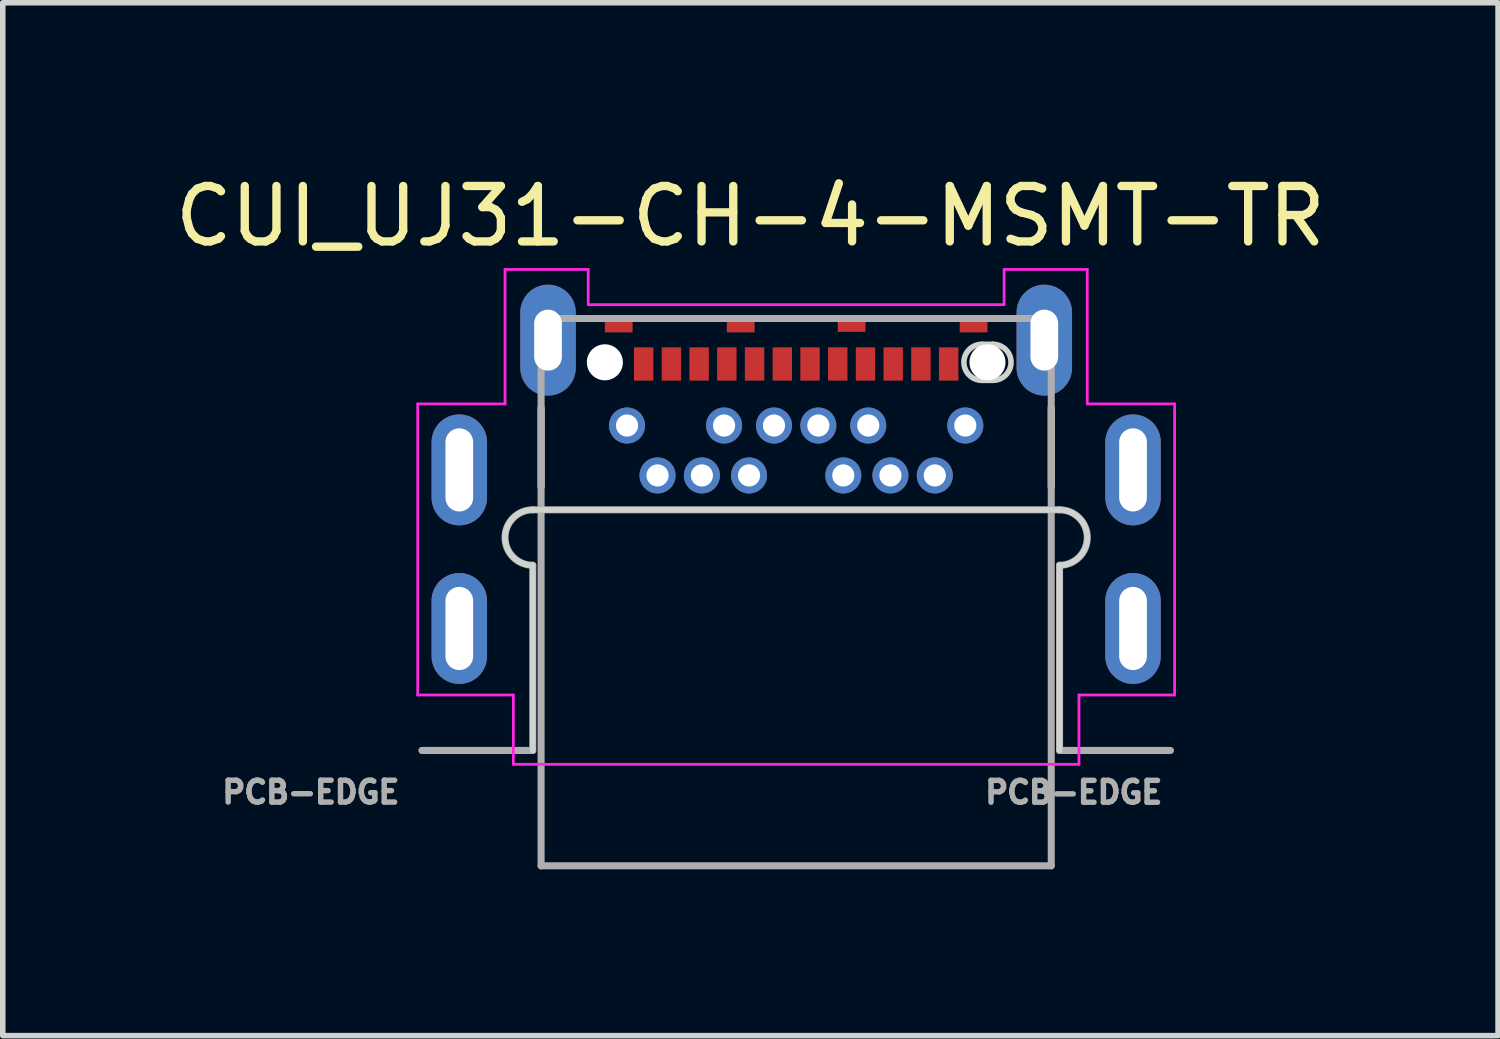
<source format=kicad_pcb>
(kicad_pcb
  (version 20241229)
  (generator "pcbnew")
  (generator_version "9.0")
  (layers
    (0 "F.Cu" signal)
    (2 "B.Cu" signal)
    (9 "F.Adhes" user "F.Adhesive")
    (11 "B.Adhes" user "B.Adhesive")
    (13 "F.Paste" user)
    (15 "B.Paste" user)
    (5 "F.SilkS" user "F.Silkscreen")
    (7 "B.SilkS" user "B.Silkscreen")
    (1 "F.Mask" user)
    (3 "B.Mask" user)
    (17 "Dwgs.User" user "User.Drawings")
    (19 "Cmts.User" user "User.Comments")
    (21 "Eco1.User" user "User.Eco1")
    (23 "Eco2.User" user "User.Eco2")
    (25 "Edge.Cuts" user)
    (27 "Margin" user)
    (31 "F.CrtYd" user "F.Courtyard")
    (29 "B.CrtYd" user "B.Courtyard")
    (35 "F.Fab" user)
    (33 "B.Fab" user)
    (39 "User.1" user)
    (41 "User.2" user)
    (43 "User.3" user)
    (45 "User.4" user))
  (footprint "CUI_UJ31-CH-4-MSMT-TR"
    (layer "F.Cu")
    (at 8.558 3.514)
    (property "Reference" "CUI_UJ31-CH-4-MSMT-TR" (at 1.925 -2.665 0) (layer "F.SilkS") (effects (font (size 1 1) (thickness 0.15))))
    (attr through_hole)
    (fp_poly (pts (xy 6.05 -0.455) (xy 6.35 -0.455) (xy 6.394 -0.453) (xy 6.438 -0.446) (xy 6.481 -0.434) (xy 6.523 -0.418) (xy 6.563 -0.398) (xy 6.6 -0.374) (xy 6.634 -0.346) (xy 6.666 -0.314) (xy 6.694 -0.28) (xy 6.718 -0.242) (xy 6.738 -0.203) (xy 6.754 -0.161) (xy 6.766 -0.118) (xy 6.773 -0.074) (xy 6.775 -0.03) (xy 6.773 0.014) (xy 6.766 0.058) (xy 6.754 0.101) (xy 6.738 0.143) (xy 6.718 0.182) (xy 6.694 0.22) (xy 6.666 0.254) (xy 6.634 0.286) (xy 6.6 0.314) (xy 6.563 0.338) (xy 6.523 0.358) (xy 6.481 0.374) (xy 6.438 0.386) (xy 6.394 0.393) (xy 6.35 0.395) (xy 6.05 0.395) (xy 6.006 0.393) (xy 5.962 0.386) (xy 5.919 0.374) (xy 5.877 0.358) (xy 5.837 0.338) (xy 5.8 0.314) (xy 5.766 0.286) (xy 5.734 0.254) (xy 5.706 0.22) (xy 5.682 0.183) (xy 5.662 0.143) (xy 5.646 0.101) (xy 5.634 0.058) (xy 5.627 0.014) (xy 5.625 -0.03) (xy 5.627 -0.074) (xy 5.634 -0.118) (xy 5.646 -0.161) (xy 5.662 -0.203) (xy 5.682 -0.242) (xy 5.706 -0.28) (xy 5.734 -0.314) (xy 5.766 -0.346) (xy 5.8 -0.374) (xy 5.837 -0.398) (xy 5.877 -0.418) (xy 5.919 -0.434) (xy 5.962 -0.446) (xy 6.006 -0.453) (xy 6.05 -0.455)) (stroke (width 0.05) (type solid)) (fill yes) (layer "F.Mask"))
    (fp_poly (pts (xy -2.1 6.97) (xy -2.1 3.73) (xy -2.157 3.719) (xy -2.212 3.703) (xy -2.266 3.682) (xy -2.317 3.655) (xy -2.366 3.624) (xy -2.412 3.589) (xy -2.453 3.549) (xy -2.491 3.505) (xy -2.525 3.458) (xy -2.554 3.408) (xy -2.578 3.356) (xy -2.597 3.301) (xy -2.611 3.245) (xy -2.619 3.188) (xy -2.622 3.13) (xy -2.619 3.072) (xy -2.611 3.015) (xy -2.597 2.959) (xy -2.578 2.904) (xy -2.554 2.852) (xy -2.525 2.802) (xy -2.491 2.755) (xy -2.453 2.711) (xy -2.412 2.671) (xy -2.366 2.636) (xy -2.317 2.605) (xy -2.266 2.578) (xy -2.212 2.557) (xy -2.157 2.541) (xy -2.1 2.53) (xy 7.6 2.53) (xy 7.657 2.541) (xy 7.712 2.557) (xy 7.766 2.578) (xy 7.817 2.605) (xy 7.866 2.636) (xy 7.912 2.671) (xy 7.953 2.711) (xy 7.991 2.755) (xy 8.025 2.802) (xy 8.054 2.852) (xy 8.078 2.904) (xy 8.097 2.959) (xy 8.111 3.015) (xy 8.119 3.072) (xy 8.122 3.13) (xy 8.119 3.188) (xy 8.111 3.245) (xy 8.097 3.301) (xy 8.078 3.356) (xy 8.054 3.408) (xy 8.025 3.458) (xy 7.991 3.505) (xy 7.953 3.549) (xy 7.912 3.589) (xy 7.866 3.624) (xy 7.817 3.655) (xy 7.766 3.682) (xy 7.712 3.703) (xy 7.657 3.719) (xy 7.6 3.73) (xy 7.6 6.97) (xy -2.1 6.97)) (stroke (width 0.05) (type solid)) (fill yes) (layer "F.Mask"))
    (fp_poly (pts (xy 6.05 -0.455) (xy 6.35 -0.455) (xy 6.394 -0.453) (xy 6.438 -0.446) (xy 6.481 -0.434) (xy 6.523 -0.418) (xy 6.563 -0.398) (xy 6.6 -0.374) (xy 6.634 -0.346) (xy 6.666 -0.314) (xy 6.694 -0.28) (xy 6.718 -0.242) (xy 6.738 -0.203) (xy 6.754 -0.161) (xy 6.766 -0.118) (xy 6.773 -0.074) (xy 6.775 -0.03) (xy 6.773 0.014) (xy 6.766 0.058) (xy 6.754 0.101) (xy 6.738 0.143) (xy 6.718 0.182) (xy 6.694 0.22) (xy 6.666 0.254) (xy 6.634 0.286) (xy 6.6 0.314) (xy 6.563 0.338) (xy 6.523 0.358) (xy 6.481 0.374) (xy 6.438 0.386) (xy 6.394 0.393) (xy 6.35 0.395) (xy 6.05 0.395) (xy 6.006 0.393) (xy 5.962 0.386) (xy 5.919 0.374) (xy 5.877 0.358) (xy 5.837 0.338) (xy 5.8 0.314) (xy 5.766 0.286) (xy 5.734 0.254) (xy 5.706 0.22) (xy 5.682 0.183) (xy 5.662 0.143) (xy 5.646 0.101) (xy 5.634 0.058) (xy 5.627 0.014) (xy 5.625 -0.03) (xy 5.627 -0.074) (xy 5.634 -0.118) (xy 5.646 -0.161) (xy 5.662 -0.203) (xy 5.682 -0.242) (xy 5.706 -0.28) (xy 5.734 -0.314) (xy 5.766 -0.346) (xy 5.8 -0.374) (xy 5.837 -0.398) (xy 5.877 -0.418) (xy 5.919 -0.434) (xy 5.962 -0.446) (xy 6.006 -0.453) (xy 6.05 -0.455)) (stroke (width 0.05) (type solid)) (fill yes) (layer "B.Mask"))
    (fp_poly (pts (xy -2.1 6.97) (xy -2.1 3.73) (xy -2.157 3.719) (xy -2.212 3.703) (xy -2.266 3.682) (xy -2.317 3.655) (xy -2.366 3.624) (xy -2.412 3.589) (xy -2.453 3.549) (xy -2.491 3.505) (xy -2.525 3.458) (xy -2.554 3.408) (xy -2.578 3.356) (xy -2.597 3.301) (xy -2.611 3.245) (xy -2.619 3.188) (xy -2.622 3.13) (xy -2.619 3.072) (xy -2.611 3.015) (xy -2.597 2.959) (xy -2.578 2.904) (xy -2.554 2.852) (xy -2.525 2.802) (xy -2.491 2.755) (xy -2.453 2.711) (xy -2.412 2.671) (xy -2.366 2.636) (xy -2.317 2.605) (xy -2.266 2.578) (xy -2.212 2.557) (xy -2.157 2.541) (xy -2.1 2.53) (xy 7.6 2.53) (xy 7.657 2.541) (xy 7.712 2.557) (xy 7.766 2.578) (xy 7.817 2.605) (xy 7.866 2.636) (xy 7.912 2.671) (xy 7.953 2.711) (xy 7.991 2.755) (xy 8.025 2.802) (xy 8.054 2.852) (xy 8.078 2.904) (xy 8.097 2.959) (xy 8.111 3.015) (xy 8.119 3.072) (xy 8.122 3.13) (xy 8.119 3.188) (xy 8.111 3.245) (xy 8.097 3.301) (xy 8.078 3.356) (xy 8.054 3.408) (xy 8.025 3.458) (xy 7.991 3.505) (xy 7.953 3.549) (xy 7.912 3.589) (xy 7.866 3.624) (xy 7.817 3.655) (xy 7.766 3.682) (xy 7.712 3.703) (xy 7.657 3.719) (xy 7.6 3.73) (xy 7.6 6.97) (xy -2.1 6.97)) (stroke (width 0.05) (type solid)) (fill yes) (layer "B.Mask"))
    (fp_line (start -1.85 2.22) (end -1.85 0.79) (stroke (width 0.127) (type solid)) (layer "F.SilkS"))
    (fp_line (start 0 -0.82) (end 1.25 -0.82) (stroke (width 0.127) (type solid)) (layer "F.SilkS"))
    (fp_line (start 2.25 -0.82) (end 3.25 -0.82) (stroke (width 0.127) (type solid)) (layer "F.SilkS"))
    (fp_line (start 4.25 -0.82) (end 5.5 -0.82) (stroke (width 0.127) (type solid)) (layer "F.SilkS"))
    (fp_line (start 7.35 0.79) (end 7.35 2.22) (stroke (width 0.127) (type solid)) (layer "F.SilkS"))
    (fp_line (start -2 2.63) (end 7.5 2.63) (stroke (width 0.1) (type solid)) (layer "Edge.Cuts"))
    (fp_line (start -2 3.63) (end -2 6.97) (stroke (width 0.1) (type solid)) (layer "Edge.Cuts"))
    (fp_line (start 6.1 0.295) (end 6.3 0.295) (stroke (width 0.1) (type solid)) (layer "Edge.Cuts"))
    (fp_line (start 6.3 -0.355) (end 6.1 -0.355) (stroke (width 0.1) (type solid)) (layer "Edge.Cuts"))
    (fp_line (start 7.5 3.63) (end 7.5 6.97) (stroke (width 0.1) (type solid)) (layer "Edge.Cuts"))
    (fp_arc (start -2 3.63) (mid -2.5 3.13) (end -2 2.63) (stroke (width 0.1) (type solid)) (layer "Edge.Cuts"))
    (fp_arc (start 6.1 0.295) (mid 5.775 -0.03) (end 6.1 -0.355) (stroke (width 0.1) (type solid)) (layer "Edge.Cuts"))
    (fp_arc (start 6.3 -0.355) (mid 6.625 -0.03) (end 6.3 0.295) (stroke (width 0.1) (type solid)) (layer "Edge.Cuts"))
    (fp_arc (start 7.5 2.63) (mid 8 3.13) (end 7.5 3.63) (stroke (width 0.1) (type solid)) (layer "Edge.Cuts"))
    (fp_line (start -4.075 0.72) (end -2.5 0.72) (stroke (width 0.05) (type solid)) (layer "F.CrtYd"))
    (fp_line (start -4.075 5.97) (end -4.075 0.72) (stroke (width 0.05) (type solid)) (layer "F.CrtYd"))
    (fp_line (start -2.5 -1.705) (end -1 -1.705) (stroke (width 0.05) (type solid)) (layer "F.CrtYd"))
    (fp_line (start -2.5 0.72) (end -2.5 -1.705) (stroke (width 0.05) (type solid)) (layer "F.CrtYd"))
    (fp_line (start -2.35 5.97) (end -4.075 5.97) (stroke (width 0.05) (type solid)) (layer "F.CrtYd"))
    (fp_line (start -2.35 7.22) (end -2.35 5.97) (stroke (width 0.05) (type solid)) (layer "F.CrtYd"))
    (fp_line (start -1 -1.705) (end -1 -1.07) (stroke (width 0.05) (type solid)) (layer "F.CrtYd"))
    (fp_line (start -1 -1.07) (end 6.5 -1.07) (stroke (width 0.05) (type solid)) (layer "F.CrtYd"))
    (fp_line (start 6.5 -1.705) (end 8 -1.705) (stroke (width 0.05) (type solid)) (layer "F.CrtYd"))
    (fp_line (start 6.5 -1.07) (end 6.5 -1.705) (stroke (width 0.05) (type solid)) (layer "F.CrtYd"))
    (fp_line (start 7.85 5.97) (end 7.85 7.22) (stroke (width 0.05) (type solid)) (layer "F.CrtYd"))
    (fp_line (start 7.85 7.22) (end -2.35 7.22) (stroke (width 0.05) (type solid)) (layer "F.CrtYd"))
    (fp_line (start 8 -1.705) (end 8 0.72) (stroke (width 0.05) (type solid)) (layer "F.CrtYd"))
    (fp_line (start 8 0.72) (end 9.575 0.72) (stroke (width 0.05) (type solid)) (layer "F.CrtYd"))
    (fp_line (start 9.575 0.72) (end 9.575 5.97) (stroke (width 0.05) (type solid)) (layer "F.CrtYd"))
    (fp_line (start 9.575 5.97) (end 7.85 5.97) (stroke (width 0.05) (type solid)) (layer "F.CrtYd"))
    (fp_line (start -2 2.63) (end 7.5 2.63) (stroke (width 0.127) (type solid)) (layer "F.Fab"))
    (fp_line (start -2 3.63) (end -2 6.97) (stroke (width 0.127) (type solid)) (layer "F.Fab"))
    (fp_line (start -2 6.97) (end -4 6.97) (stroke (width 0.127) (type solid)) (layer "F.Fab"))
    (fp_line (start -1.85 -0.82) (end -1.85 9.05) (stroke (width 0.127) (type solid)) (layer "F.Fab"))
    (fp_line (start -1.85 -0.82) (end 7.35 -0.82) (stroke (width 0.127) (type solid)) (layer "F.Fab"))
    (fp_line (start -1.85 9.05) (end 7.35 9.05) (stroke (width 0.127) (type solid)) (layer "F.Fab"))
    (fp_line (start 7.35 -0.82) (end 7.35 9.05) (stroke (width 0.127) (type solid)) (layer "F.Fab"))
    (fp_line (start 7.5 3.63) (end 7.5 6.97) (stroke (width 0.127) (type solid)) (layer "F.Fab"))
    (fp_line (start 7.5 6.97) (end 9.5 6.97) (stroke (width 0.127) (type solid)) (layer "F.Fab"))
    (fp_arc (start -2 3.63) (mid -2.5 3.13) (end -2 2.63) (stroke (width 0.127) (type solid)) (layer "F.Fab"))
    (fp_arc (start 7.5 2.63) (mid 8 3.13) (end 7.5 3.63) (stroke (width 0.127) (type solid)) (layer "F.Fab"))
    (fp_text user "PCB-EDGE" (at 7.756 7.726 0) (layer "F.Fab") (effects (font (size 0.394 0.394) (thickness 0.15))))
    (fp_text user "PCB-EDGE" (at -6.002 7.723 0) (layer "F.Fab") (effects (font (size 0.394 0.394) (thickness 0.15))))
    (pad "" np_thru_hole circle (at -0.7 -0.03) (size 0.65 0.65) (drill 0.65) (layers "*.Cu" "*.Mask"))
    (pad "" np_thru_hole circle (at 6.2 -0.03) (size 0.65 0.65) (drill 0.65) (layers "*.Cu" "*.Mask"))
    (pad "A1" smd rect (at 0 0) (size 0.35 0.6) (layers "F.Cu" "F.Mask" "F.Paste"))
    (pad "A2" smd rect (at 0.5 0) (size 0.35 0.6) (layers "F.Cu" "F.Mask" "F.Paste"))
    (pad "A3" smd rect (at 1 0) (size 0.35 0.6) (layers "F.Cu" "F.Mask" "F.Paste"))
    (pad "A4" smd rect (at 1.5 0) (size 0.35 0.6) (layers "F.Cu" "F.Mask" "F.Paste"))
    (pad "A5" smd rect (at 2 0) (size 0.35 0.6) (layers "F.Cu" "F.Mask" "F.Paste"))
    (pad "A6" smd rect (at 2.5 0) (size 0.35 0.6) (layers "F.Cu" "F.Mask" "F.Paste"))
    (pad "A7" smd rect (at 3 0) (size 0.35 0.6) (layers "F.Cu" "F.Mask" "F.Paste"))
    (pad "A8" smd rect (at 3.5 0) (size 0.35 0.6) (layers "F.Cu" "F.Mask" "F.Paste"))
    (pad "A9" smd rect (at 4 0) (size 0.35 0.6) (layers "F.Cu" "F.Mask" "F.Paste"))
    (pad "A10" smd rect (at 4.5 0) (size 0.35 0.6) (layers "F.Cu" "F.Mask" "F.Paste"))
    (pad "A11" smd rect (at 5 0) (size 0.35 0.6) (layers "F.Cu" "F.Mask" "F.Paste"))
    (pad "A12" smd rect (at 5.5 0) (size 0.35 0.6) (layers "F.Cu" "F.Mask" "F.Paste"))
    (pad "B1" thru_hole circle (at 5.8 1.11) (size 0.65 0.65) (drill 0.4) (layers "*.Cu" "*.Mask"))
    (pad "B2" thru_hole circle (at 5.25 2.01) (size 0.65 0.65) (drill 0.4) (layers "*.Cu" "*.Mask"))
    (pad "B3" thru_hole circle (at 4.45 2.01) (size 0.65 0.65) (drill 0.4) (layers "*.Cu" "*.Mask"))
    (pad "B4" thru_hole circle (at 4.05 1.11) (size 0.65 0.65) (drill 0.4) (layers "*.Cu" "*.Mask"))
    (pad "B5" thru_hole circle (at 3.6 2.01) (size 0.65 0.65) (drill 0.4) (layers "*.Cu" "*.Mask"))
    (pad "B6" thru_hole circle (at 3.15 1.11) (size 0.65 0.65) (drill 0.4) (layers "*.Cu" "*.Mask"))
    (pad "B7" thru_hole circle (at 2.35 1.11) (size 0.65 0.65) (drill 0.4) (layers "*.Cu" "*.Mask"))
    (pad "B8" thru_hole circle (at 1.9 2.01) (size 0.65 0.65) (drill 0.4) (layers "*.Cu" "*.Mask"))
    (pad "B9" thru_hole circle (at 1.45 1.11) (size 0.65 0.65) (drill 0.4) (layers "*.Cu" "*.Mask"))
    (pad "B10" thru_hole circle (at 1.05 2.01) (size 0.65 0.65) (drill 0.4) (layers "*.Cu" "*.Mask"))
    (pad "B11" thru_hole circle (at 0.25 2.01) (size 0.65 0.65) (drill 0.4) (layers "*.Cu" "*.Mask"))
    (pad "B12" thru_hole circle (at -0.3 1.11) (size 0.65 0.65) (drill 0.4) (layers "*.Cu" "*.Mask"))
    (pad "SH1" thru_hole oval (at -1.725 -0.43) (size 1 2) (drill oval 0.5 1.1) (layers "*.Cu" "*.Mask"))
    (pad "SH2" thru_hole oval (at 7.225 -0.43) (size 1 2) (drill oval 0.5 1.1) (layers "*.Cu" "*.Mask"))
    (pad "SH3" thru_hole oval (at -3.325 1.91) (size 1 2) (drill oval 0.5 1.5) (layers "*.Cu" "*.Mask"))
    (pad "SH4" thru_hole oval (at 8.825 1.91) (size 1 2) (drill oval 0.5 1.5) (layers "*.Cu" "*.Mask"))
    (pad "SH5" thru_hole oval (at -3.325 4.77) (size 1 2) (drill oval 0.5 1.5) (layers "*.Cu" "*.Mask"))
    (pad "SH6" thru_hole oval (at 8.825 4.77) (size 1 2) (drill oval 0.5 1.5) (layers "*.Cu" "*.Mask"))
    (pad "SH7" smd rect (at -0.45 -0.72) (size 0.5 0.3) (layers "F.Cu" "F.Mask" "F.Paste"))
    (pad "SH8" smd rect (at 1.75 -0.72) (size 0.5 0.3) (layers "F.Cu" "F.Mask" "F.Paste"))
    (pad "SH9" smd rect (at 3.75 -0.73) (size 0.5 0.3) (layers "F.Cu" "F.Mask" "F.Paste"))
    (pad "SH10" smd rect (at 5.95 -0.72) (size 0.5 0.3) (layers "F.Cu" "F.Mask" "F.Paste")))
  (gr_rect
    (start -3 -3)
    (end 23.966 15.627)
    (stroke (width 0.1) (type default))
    (fill no)
    (layer "Edge.Cuts")))
</source>
